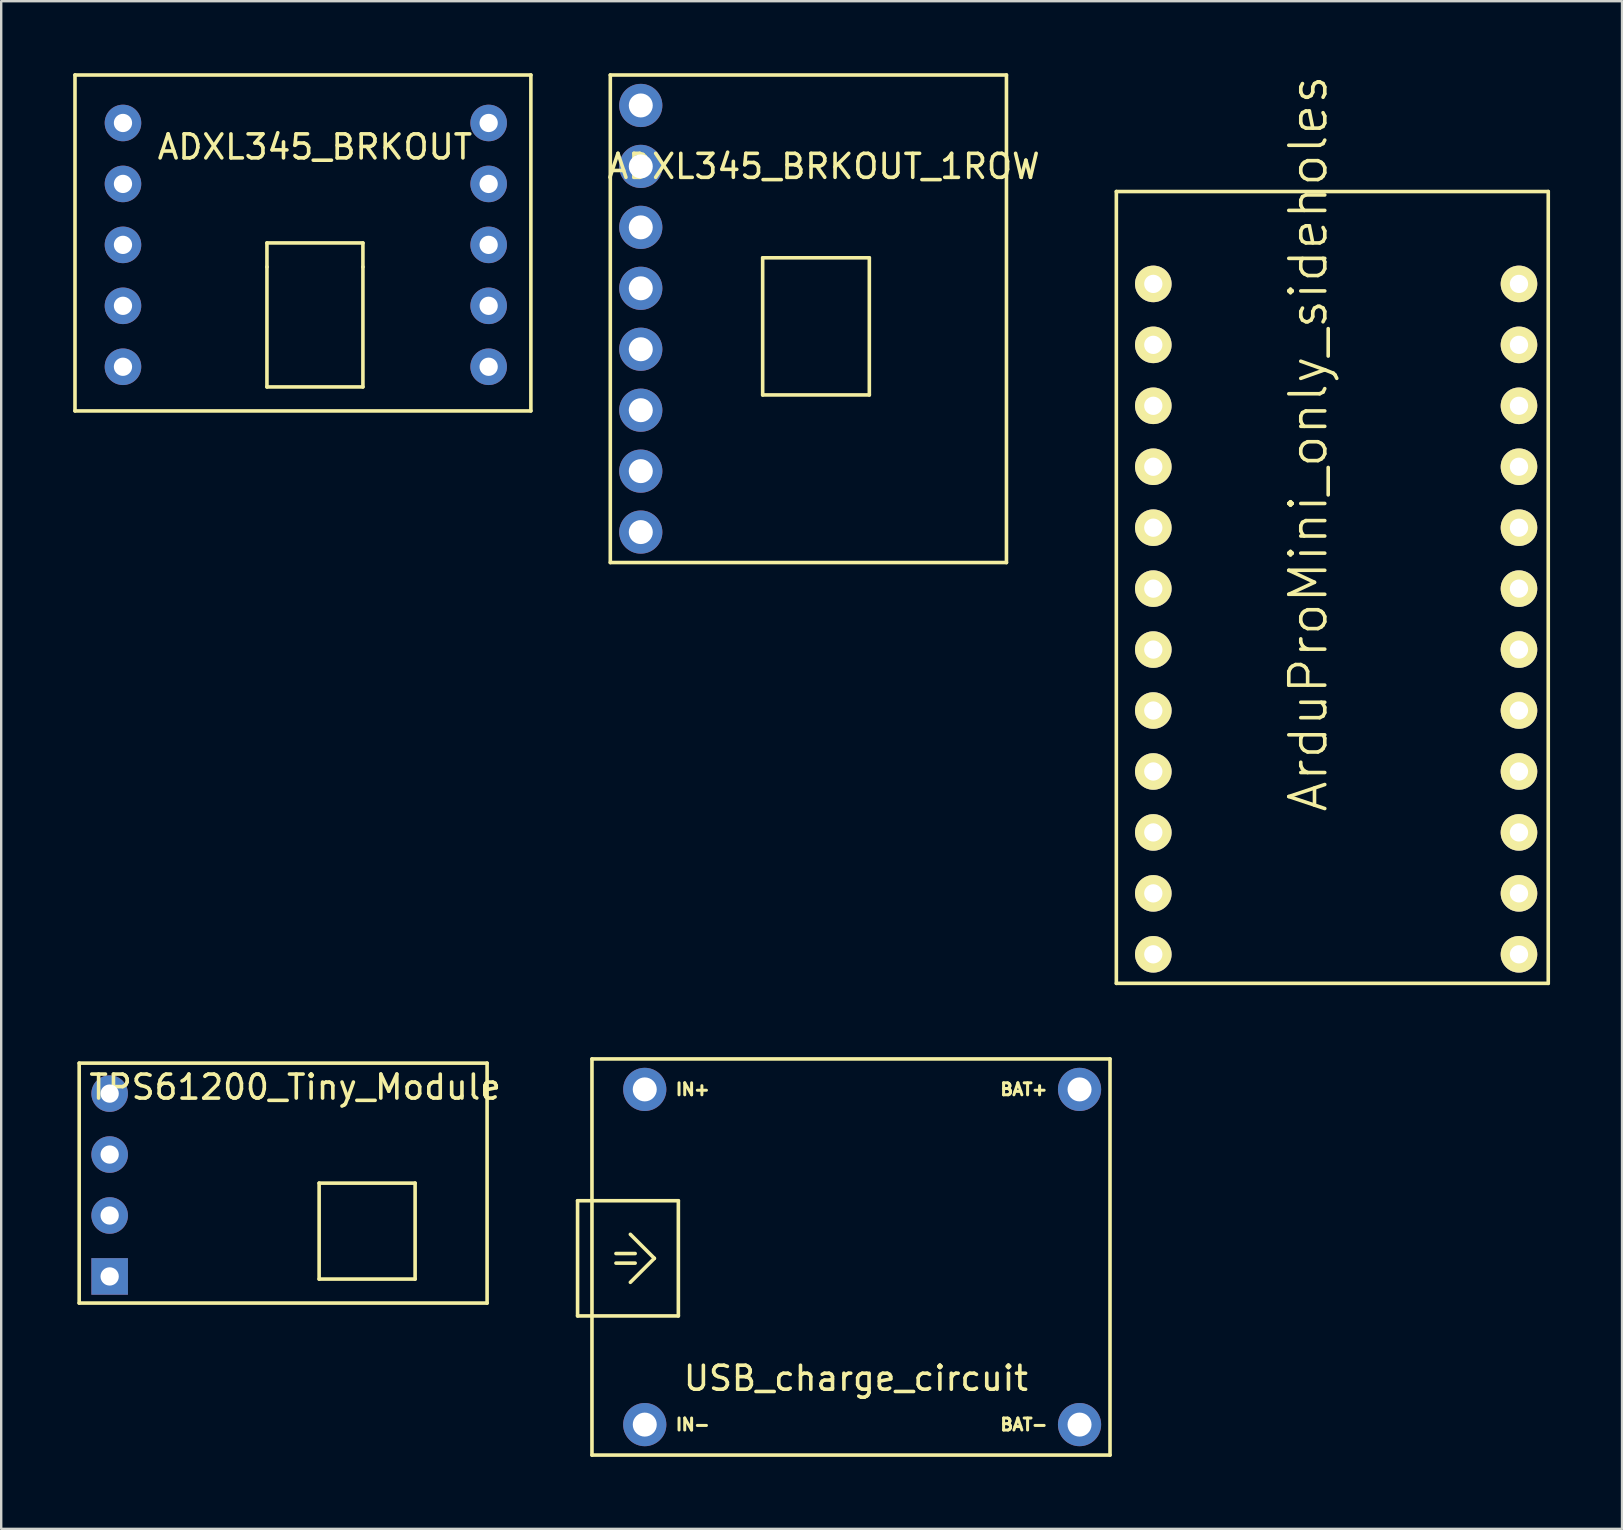
<source format=kicad_pcb>
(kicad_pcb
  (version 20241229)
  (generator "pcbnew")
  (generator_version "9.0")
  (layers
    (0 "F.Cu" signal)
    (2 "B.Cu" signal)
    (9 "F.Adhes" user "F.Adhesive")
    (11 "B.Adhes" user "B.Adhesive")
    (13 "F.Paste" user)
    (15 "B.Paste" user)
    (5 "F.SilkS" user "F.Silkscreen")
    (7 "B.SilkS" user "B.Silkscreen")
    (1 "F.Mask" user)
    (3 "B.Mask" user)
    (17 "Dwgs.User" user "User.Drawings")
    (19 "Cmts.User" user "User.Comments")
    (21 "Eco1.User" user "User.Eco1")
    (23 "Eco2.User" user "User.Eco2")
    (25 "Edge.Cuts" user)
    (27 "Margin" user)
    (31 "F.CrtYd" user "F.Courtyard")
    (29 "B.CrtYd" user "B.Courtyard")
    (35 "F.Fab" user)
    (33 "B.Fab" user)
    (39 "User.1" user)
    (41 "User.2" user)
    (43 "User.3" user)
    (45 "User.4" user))
  (footprint "ADXL345_BRKOUT"
    (layer "F.Cu")
    (at 10.075 6.075)
    (property "Reference" "ADXL345_BRKOUT" (at 0 -3 0) (layer "F.SilkS") (effects (font (size 1 1) (thickness 0.15))))
    (attr through_hole)
    (fp_line (start -10 -6) (end 9 -6) (stroke (width 0.15) (type solid)) (layer "F.SilkS"))
    (fp_line (start -10 8) (end -10 -6) (stroke (width 0.15) (type solid)) (layer "F.SilkS"))
    (fp_line (start -2 1) (end -2 2) (stroke (width 0.15) (type solid)) (layer "F.SilkS"))
    (fp_line (start -2 1) (end 2 1) (stroke (width 0.15) (type solid)) (layer "F.SilkS"))
    (fp_line (start -2 7) (end -2 2) (stroke (width 0.15) (type solid)) (layer "F.SilkS"))
    (fp_line (start 2 1) (end 2 2) (stroke (width 0.15) (type solid)) (layer "F.SilkS"))
    (fp_line (start 2 2) (end 2 7) (stroke (width 0.15) (type solid)) (layer "F.SilkS"))
    (fp_line (start 2 7) (end -2 7) (stroke (width 0.15) (type solid)) (layer "F.SilkS"))
    (fp_line (start 9 -6) (end 9 8) (stroke (width 0.15) (type solid)) (layer "F.SilkS"))
    (fp_line (start 9 8) (end -10 8) (stroke (width 0.15) (type solid)) (layer "F.SilkS"))
    (pad "1" thru_hole circle (at -8 -4) (size 1.524 1.524) (drill 0.762) (layers "*.Cu" "*.Mask"))
    (pad "2" thru_hole circle (at -8 -1.46) (size 1.524 1.524) (drill 0.762) (layers "*.Cu" "*.Mask"))
    (pad "3" thru_hole circle (at -8 1.08) (size 1.524 1.524) (drill 0.762) (layers "*.Cu" "*.Mask"))
    (pad "4" thru_hole circle (at -8 3.62) (size 1.524 1.524) (drill 0.762) (layers "*.Cu" "*.Mask"))
    (pad "5" thru_hole circle (at -8 6.16) (size 1.524 1.524) (drill 0.762) (layers "*.Cu" "*.Mask"))
    (pad "6" thru_hole circle (at 7.24 6.16) (size 1.524 1.524) (drill 0.762) (layers "*.Cu" "*.Mask"))
    (pad "7" thru_hole circle (at 7.24 3.62) (size 1.524 1.524) (drill 0.762) (layers "*.Cu" "*.Mask"))
    (pad "8" thru_hole circle (at 7.24 1.08) (size 1.524 1.524) (drill 0.762) (layers "*.Cu" "*.Mask"))
    (pad "9" thru_hole circle (at 7.24 -1.46) (size 1.524 1.524) (drill 0.762) (layers "*.Cu" "*.Mask"))
    (pad "10" thru_hole circle (at 7.24 -4) (size 1.524 1.524) (drill 0.762) (layers "*.Cu" "*.Mask")))
  (footprint "ADXL345_BRKOUT_1ROW"
    (layer "F.Cu")
    (at 31.275 6.425)
    (property "Reference" "ADXL345_BRKOUT_1ROW" (at 0 -2.54 0) (layer "F.SilkS") (effects (font (size 1 1) (thickness 0.15))))
    (attr through_hole)
    (fp_line (start -8.89 -6.35) (end 7.62 -6.35) (stroke (width 0.15) (type solid)) (layer "F.SilkS"))
    (fp_line (start -8.89 13.97) (end -8.89 -6.35) (stroke (width 0.15) (type solid)) (layer "F.SilkS"))
    (fp_line (start -2.54 1.27) (end 1.905 1.27) (stroke (width 0.15) (type solid)) (layer "F.SilkS"))
    (fp_line (start -2.54 6.985) (end -2.54 1.27) (stroke (width 0.15) (type solid)) (layer "F.SilkS"))
    (fp_line (start 1.905 1.27) (end 1.905 6.985) (stroke (width 0.15) (type solid)) (layer "F.SilkS"))
    (fp_line (start 1.905 6.985) (end -2.54 6.985) (stroke (width 0.15) (type solid)) (layer "F.SilkS"))
    (fp_line (start 7.62 -6.35) (end 7.62 13.97) (stroke (width 0.15) (type solid)) (layer "F.SilkS"))
    (fp_line (start 7.62 13.97) (end -8.89 13.97) (stroke (width 0.15) (type solid)) (layer "F.SilkS"))
    (pad "1" thru_hole circle (at -7.62 -5.08) (size 1.8 1.8) (drill 1) (layers "*.Cu" "*.Mask"))
    (pad "2" thru_hole circle (at -7.62 -2.54) (size 1.8 1.8) (drill 1) (layers "*.Cu" "*.Mask"))
    (pad "3" thru_hole circle (at -7.62 0) (size 1.8 1.8) (drill 1) (layers "*.Cu" "*.Mask"))
    (pad "4" thru_hole circle (at -7.62 2.54) (size 1.8 1.8) (drill 1) (layers "*.Cu" "*.Mask"))
    (pad "5" thru_hole circle (at -7.62 5.08) (size 1.8 1.8) (drill 1) (layers "*.Cu" "*.Mask"))
    (pad "6" thru_hole circle (at -7.62 7.62) (size 1.8 1.8) (drill 1) (layers "*.Cu" "*.Mask"))
    (pad "7" thru_hole circle (at -7.62 10.16) (size 1.8 1.8) (drill 1) (layers "*.Cu" "*.Mask"))
    (pad "8" thru_hole circle (at -7.62 12.7) (size 1.8 1.8) (drill 1) (layers "*.Cu" "*.Mask")))
  (footprint "USB_charge_circuit"
    (layer "F.Cu")
    (at 23.821 56.392)
    (property "Reference" "USB_charge_circuit" (at 8.8 -2 0) (layer "F.SilkS") (effects (font (size 1 1) (thickness 0.15))))
    (attr through_hole)
    (fp_line (start -2.8 -9.4) (end 1.4 -9.4) (stroke (width 0.15) (type solid)) (layer "F.SilkS"))
    (fp_line (start -2.8 -4.6) (end -2.8 -9.4) (stroke (width 0.15) (type solid)) (layer "F.SilkS"))
    (fp_line (start -2.2 -15.31) (end -2.2 1.2) (stroke (width 0.15) (type solid)) (layer "F.SilkS"))
    (fp_line (start -2.2 1.2) (end 19.39 1.2) (stroke (width 0.15) (type solid)) (layer "F.SilkS"))
    (fp_line (start -0.6 -8) (end 0.4 -7) (stroke (width 0.15) (type solid)) (layer "F.SilkS"))
    (fp_line (start -0.4 -7.2) (end -1.2 -7.2) (stroke (width 0.15) (type solid)) (layer "F.SilkS"))
    (fp_line (start -0.4 -6.8) (end -1.2 -6.8) (stroke (width 0.15) (type solid)) (layer "F.SilkS"))
    (fp_line (start 0.4 -7) (end -0.6 -6) (stroke (width 0.15) (type solid)) (layer "F.SilkS"))
    (fp_line (start 1.4 -9.4) (end 1.4 -4.6) (stroke (width 0.15) (type solid)) (layer "F.SilkS"))
    (fp_line (start 1.4 -4.6) (end -2.8 -4.6) (stroke (width 0.15) (type solid)) (layer "F.SilkS"))
    (fp_line (start 19.39 -15.31) (end -2.2 -15.31) (stroke (width 0.15) (type solid)) (layer "F.SilkS"))
    (fp_line (start 19.39 1.2) (end 19.39 -15.31) (stroke (width 0.15) (type solid)) (layer "F.SilkS"))
    (fp_text user "IN-" (at 2 -0.07 0) (layer "F.SilkS") (effects (font (size 0.5 0.5) (thickness 0.125))))
    (fp_text user "IN+" (at 2 -14.04 0) (layer "F.SilkS") (effects (font (size 0.5 0.5) (thickness 0.125))))
    (fp_text user "BAT-" (at 15.8 -0.07 0) (layer "F.SilkS") (effects (font (size 0.5 0.5) (thickness 0.125))))
    (fp_text user "BAT+" (at 15.8 -14.04 0) (layer "F.SilkS") (effects (font (size 0.5 0.5) (thickness 0.125))))
    (pad "1" thru_hole circle (at 0 -14.04) (size 1.8 1.8) (drill 1) (layers "*.Cu" "*.Mask"))
    (pad "2" thru_hole circle (at 0 -0.07) (size 1.8 1.8) (drill 1) (layers "*.Cu" "*.Mask"))
    (pad "3" thru_hole circle (at 18.12 -14.04) (size 1.8 1.8) (drill 1) (layers "*.Cu" "*.Mask"))
    (pad "4" thru_hole circle (at 18.12 -0.07) (size 1.8 1.8) (drill 1) (layers "*.Cu" "*.Mask")))
  (footprint "ArduProMini_only_sideholes"
    (layer "F.Cu")
    (at 52.475 22.432)
    (property "Reference" "ArduProMini_only_sideholes" (at -1 -7 90) (layer "F.SilkS") (effects (font (size 1.5 1.5) (thickness 0.15))))
    (attr through_hole)
    (fp_line (start -9 -17.5) (end 9 -17.5) (stroke (width 0.15) (type solid)) (layer "F.SilkS"))
    (fp_line (start -9 15.5) (end -9 -17.5) (stroke (width 0.15) (type solid)) (layer "F.SilkS"))
    (fp_line (start 9 -17.5) (end 9 15.5) (stroke (width 0.15) (type solid)) (layer "F.SilkS"))
    (fp_line (start 9 15.5) (end -9 15.5) (stroke (width 0.15) (type solid)) (layer "F.SilkS"))
    (pad "" smd circle (at -6.19 -16.19) (size 1.524 1.524) (layers "F.Mask" "F.Paste"))
    (pad "" smd circle (at -3.65 -16.19) (size 1.524 1.524) (layers "F.Mask" "F.Paste"))
    (pad "" smd circle (at -1.11 -16.19) (size 1.524 1.524) (layers "F.Mask" "F.Paste"))
    (pad "" smd circle (at 1.43 -16.19) (size 1.524 1.524) (layers "F.Mask" "F.Paste"))
    (pad "" smd circle (at 3.97 -16.19) (size 1.524 1.524) (layers "F.Mask" "F.Paste"))
    (pad "" smd circle (at 4.859 -4.887) (size 1.5 1.5) (layers "F.Mask" "F.Paste"))
    (pad "" smd circle (at 4.859 -2.347) (size 1.5 1.5) (layers "F.Mask" "F.Paste"))
    (pad "" smd circle (at 4.859 5.527) (size 1.5 1.5) (layers "F.Mask" "F.Paste"))
    (pad "" smd circle (at 4.859 8.067) (size 1.5 1.5) (layers "F.Mask" "F.Paste"))
    (pad "" smd circle (at 6.51 -16.19) (size 1.524 1.524) (layers "F.Mask" "F.Paste"))
    (pad "7" thru_hole circle (at -7.46 -13.65) (size 1.524 1.524) (drill 0.762) (layers "*.Cu" "*.Mask" "F.SilkS"))
    (pad "8" thru_hole circle (at -7.46 -11.11) (size 1.524 1.524) (drill 0.762) (layers "*.Cu" "*.Mask" "F.SilkS"))
    (pad "9" thru_hole circle (at -7.46 -8.57) (size 1.524 1.524) (drill 0.762) (layers "*.Cu" "*.Mask" "F.SilkS"))
    (pad "10" thru_hole circle (at -7.46 -6.03) (size 1.524 1.524) (drill 0.762) (layers "*.Cu" "*.Mask" "F.SilkS"))
    (pad "11" thru_hole circle (at -7.46 -3.49) (size 1.524 1.524) (drill 0.762) (layers "*.Cu" "*.Mask" "F.SilkS"))
    (pad "12" thru_hole circle (at -7.46 -0.95) (size 1.524 1.524) (drill 0.762) (layers "*.Cu" "*.Mask" "F.SilkS"))
    (pad "13" thru_hole circle (at -7.46 1.59) (size 1.524 1.524) (drill 0.762) (layers "*.Cu" "*.Mask" "F.SilkS"))
    (pad "14" thru_hole circle (at -7.46 4.13) (size 1.524 1.524) (drill 0.762) (layers "*.Cu" "*.Mask" "F.SilkS"))
    (pad "15" thru_hole circle (at -7.46 6.67) (size 1.524 1.524) (drill 0.762) (layers "*.Cu" "*.Mask" "F.SilkS"))
    (pad "16" thru_hole circle (at -7.46 9.21) (size 1.524 1.524) (drill 0.762) (layers "*.Cu" "*.Mask" "F.SilkS"))
    (pad "17" thru_hole circle (at -7.46 11.75) (size 1.524 1.524) (drill 0.762) (layers "*.Cu" "*.Mask" "F.SilkS"))
    (pad "18" thru_hole circle (at -7.46 14.29) (size 1.524 1.524) (drill 0.762) (layers "*.Cu" "*.Mask" "F.SilkS"))
    (pad "19" thru_hole circle (at 7.78 -13.65) (size 1.524 1.524) (drill 0.762) (layers "*.Cu" "*.Mask" "F.SilkS"))
    (pad "20" thru_hole circle (at 7.78 -11.11) (size 1.524 1.524) (drill 0.762) (layers "*.Cu" "*.Mask" "F.SilkS"))
    (pad "21" thru_hole circle (at 7.78 -8.57) (size 1.524 1.524) (drill 0.762) (layers "*.Cu" "*.Mask" "F.SilkS"))
    (pad "22" thru_hole circle (at 7.78 -6.03) (size 1.524 1.524) (drill 0.762) (layers "*.Cu" "*.Mask" "F.SilkS"))
    (pad "23" thru_hole circle (at 7.78 -3.49) (size 1.524 1.524) (drill 0.762) (layers "*.Cu" "*.Mask" "F.SilkS"))
    (pad "24" thru_hole circle (at 7.78 -0.95) (size 1.524 1.524) (drill 0.762) (layers "*.Cu" "*.Mask" "F.SilkS"))
    (pad "25" thru_hole circle (at 7.78 1.59) (size 1.524 1.524) (drill 0.762) (layers "*.Cu" "*.Mask" "F.SilkS"))
    (pad "26" thru_hole circle (at 7.78 4.13) (size 1.524 1.524) (drill 0.762) (layers "*.Cu" "*.Mask" "F.SilkS"))
    (pad "27" thru_hole circle (at 7.78 6.67) (size 1.524 1.524) (drill 0.762) (layers "*.Cu" "*.Mask" "F.SilkS"))
    (pad "28" thru_hole circle (at 7.78 9.21) (size 1.524 1.524) (drill 0.762) (layers "*.Cu" "*.Mask" "F.SilkS"))
    (pad "29" thru_hole circle (at 7.78 11.75) (size 1.524 1.524) (drill 0.762) (layers "*.Cu" "*.Mask" "F.SilkS"))
    (pad "30" thru_hole circle (at 7.78 14.29) (size 1.524 1.524) (drill 0.762) (layers "*.Cu" "*.Mask" "F.SilkS")))
  (footprint "TPS61200_Tiny_Module"
    (layer "F.Cu")
    (at 0.25 41.257)
    (property "Reference" "TPS61200_Tiny_Module" (at 9 1 0) (layer "F.SilkS") (effects (font (size 1 1) (thickness 0.15))))
    (attr through_hole)
    (fp_line (start 0 0) (end 17 0) (stroke (width 0.15) (type solid)) (layer "F.SilkS"))
    (fp_line (start 0 10) (end 0 0) (stroke (width 0.15) (type solid)) (layer "F.SilkS"))
    (fp_line (start 10 5) (end 14 5) (stroke (width 0.15) (type solid)) (layer "F.SilkS"))
    (fp_line (start 10 9) (end 10 5) (stroke (width 0.15) (type solid)) (layer "F.SilkS"))
    (fp_line (start 14 5) (end 14 9) (stroke (width 0.15) (type solid)) (layer "F.SilkS"))
    (fp_line (start 14 9) (end 10 9) (stroke (width 0.15) (type solid)) (layer "F.SilkS"))
    (fp_line (start 17 0) (end 17 10) (stroke (width 0.15) (type solid)) (layer "F.SilkS"))
    (fp_line (start 17 10) (end 0 10) (stroke (width 0.15) (type solid)) (layer "F.SilkS"))
    (pad "1" thru_hole circle (at 1.27 1.27) (size 1.524 1.524) (drill 0.762) (layers "*.Cu" "*.Mask"))
    (pad "2" thru_hole circle (at 1.27 3.81) (size 1.524 1.524) (drill 0.762) (layers "*.Cu" "*.Mask"))
    (pad "3" thru_hole circle (at 1.27 6.35) (size 1.524 1.524) (drill 0.762) (layers "*.Cu" "*.Mask"))
    (pad "4" thru_hole rect (at 1.27 8.89) (size 1.524 1.524) (drill 0.762) (layers "*.Cu" "*.Mask")))
  (gr_rect
    (start -3 -3)
    (end 64.55 60.667)
    (stroke (width 0.1) (type default))
    (fill no)
    (layer "Edge.Cuts")))
</source>
